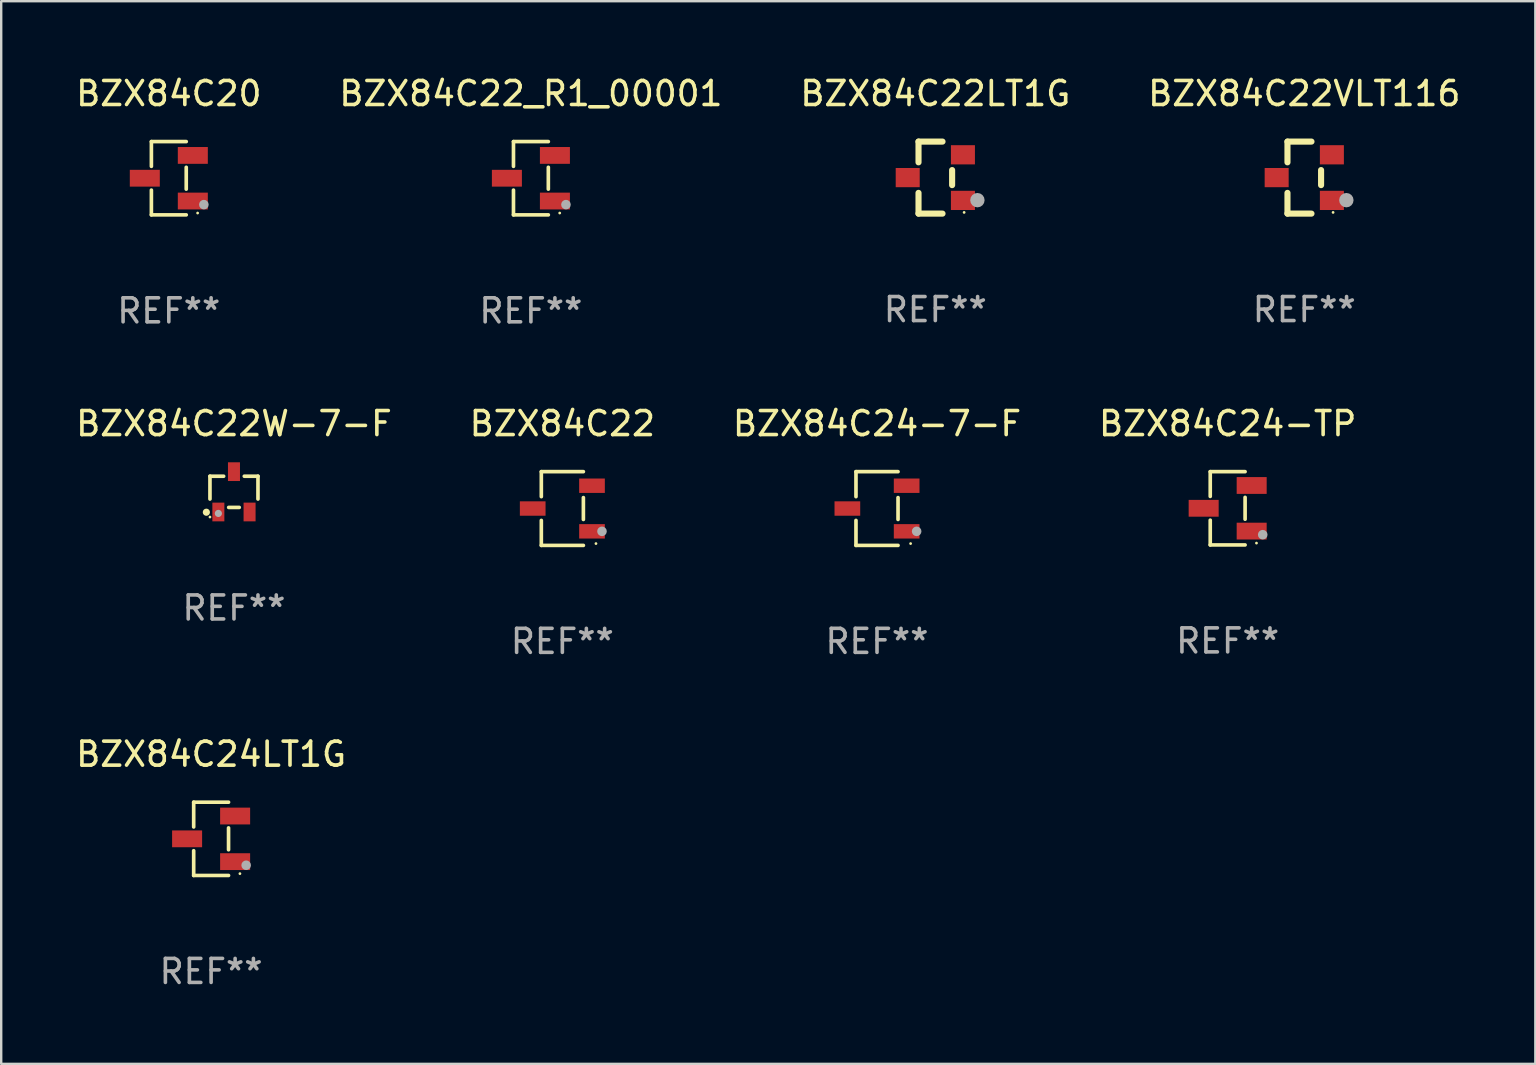
<source format=kicad_pcb>
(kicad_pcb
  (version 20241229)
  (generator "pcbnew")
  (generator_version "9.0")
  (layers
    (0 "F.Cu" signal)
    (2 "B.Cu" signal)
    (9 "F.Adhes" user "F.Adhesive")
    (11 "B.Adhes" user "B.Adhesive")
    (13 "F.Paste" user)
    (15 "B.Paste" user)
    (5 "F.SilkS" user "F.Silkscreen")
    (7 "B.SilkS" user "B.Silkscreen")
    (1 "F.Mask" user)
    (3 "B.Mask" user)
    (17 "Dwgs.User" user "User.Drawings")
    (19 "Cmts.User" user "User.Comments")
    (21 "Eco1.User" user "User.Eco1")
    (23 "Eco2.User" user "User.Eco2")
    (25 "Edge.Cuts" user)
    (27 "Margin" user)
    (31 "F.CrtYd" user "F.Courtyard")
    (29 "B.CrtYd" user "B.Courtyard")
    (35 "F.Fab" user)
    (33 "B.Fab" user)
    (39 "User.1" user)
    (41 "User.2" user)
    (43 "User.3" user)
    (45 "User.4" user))
  (footprint "BZX84C24-TP"
    (layer "F.Cu")
    (at 48.089 18.123)
    (property "Reference" "BZX84C24-TP" (at 0 -3.526 0) (layer "F.SilkS") (effects (font (size 1 1) (thickness 0.15))))
    (attr through_hole)
    (fp_line (start -0.726 -1.526) (end -0.726 -0.495) (stroke (width 0.152) (type solid)) (layer "F.SilkS"))
    (fp_line (start -0.726 1.526) (end -0.726 0.495) (stroke (width 0.152) (type solid)) (layer "F.SilkS"))
    (fp_line (start 0.726 -1.526) (end -0.726 -1.526) (stroke (width 0.152) (type solid)) (layer "F.SilkS"))
    (fp_line (start 0.726 -0.455) (end 0.726 0.455) (stroke (width 0.152) (type solid)) (layer "F.SilkS"))
    (fp_line (start 0.726 1.526) (end -0.726 1.526) (stroke (width 0.152) (type solid)) (layer "F.SilkS"))
    (fp_circle (center 1.2 1.45) (end 1.23 1.45) (stroke (width 0.06) (type solid)) (fill no) (layer "F.SilkS"))
    (fp_circle (center 1.46 1.1) (end 1.56 1.1) (stroke (width 0.2) (type solid)) (fill no) (layer "F.Fab"))
    (fp_text user "REF**" (at 0 5.526 0) (layer "F.Fab") (effects (font (size 1 1) (thickness 0.15))))
    (pad "1" smd rect (at 1 0.95) (size 1.25 0.7) (layers "F.Cu" "F.Mask" "F.Paste"))
    (pad "2" smd rect (at 1 -0.95) (size 1.25 0.7) (layers "F.Cu" "F.Mask" "F.Paste"))
    (pad "3" smd rect (at -1 0) (size 1.25 0.7) (layers "F.Cu" "F.Mask" "F.Paste")))
  (footprint "BZX84C22"
    (layer "F.Cu")
    (at 20.375 18.133)
    (property "Reference" "BZX84C22" (at 0 -3.536 0) (layer "F.SilkS") (effects (font (size 1 1) (thickness 0.15))))
    (attr through_hole)
    (fp_line (start -0.876 -1.536) (end -0.876 -0.495) (stroke (width 0.152) (type solid)) (layer "F.SilkS"))
    (fp_line (start -0.876 1.536) (end -0.876 0.495) (stroke (width 0.152) (type solid)) (layer "F.SilkS"))
    (fp_line (start 0.876 -1.536) (end -0.876 -1.536) (stroke (width 0.152) (type solid)) (layer "F.SilkS"))
    (fp_line (start 0.876 -0.455) (end 0.876 0.455) (stroke (width 0.152) (type solid)) (layer "F.SilkS"))
    (fp_line (start 0.876 1.536) (end -0.876 1.536) (stroke (width 0.152) (type solid)) (layer "F.SilkS"))
    (fp_circle (center 1.4 1.46) (end 1.43 1.46) (stroke (width 0.06) (type solid)) (fill no) (layer "F.SilkS"))
    (fp_circle (center 1.651 0.95) (end 1.751 0.95) (stroke (width 0.2) (type solid)) (fill no) (layer "F.Fab"))
    (fp_text user "REF**" (at 0 5.536 0) (layer "F.Fab") (effects (font (size 1 1) (thickness 0.15))))
    (pad "1" smd rect (at 1.235 0.95) (size 1.07 0.6) (layers "F.Cu" "F.Mask" "F.Paste"))
    (pad "2" smd rect (at 1.235 -0.95) (size 1.07 0.6) (layers "F.Cu" "F.Mask" "F.Paste"))
    (pad "3" smd rect (at -1.235 0) (size 1.07 0.6) (layers "F.Cu" "F.Mask" "F.Paste")))
  (footprint "BZX84C22LT1G"
    (layer "F.Cu")
    (at 35.911 4.348)
    (property "Reference" "BZX84C22LT1G" (at 0 -3.5 0) (layer "F.SilkS") (effects (font (size 1 1) (thickness 0.15))))
    (attr through_hole)
    (fp_line (start -0.7 -1.5) (end 0.3 -1.5) (stroke (width 0.254) (type solid)) (layer "F.SilkS"))
    (fp_line (start -0.7 -0.636) (end -0.7 -1.5) (stroke (width 0.254) (type solid)) (layer "F.SilkS"))
    (fp_line (start -0.7 1.5) (end -0.7 0.636) (stroke (width 0.254) (type solid)) (layer "F.SilkS"))
    (fp_line (start -0.7 1.5) (end 0.3 1.5) (stroke (width 0.254) (type solid)) (layer "F.SilkS"))
    (fp_line (start 0.7 0.314) (end 0.7 -0.314) (stroke (width 0.254) (type solid)) (layer "F.SilkS"))
    (fp_circle (center 1.2 1.45) (end 1.23 1.45) (stroke (width 0.06) (type solid)) (fill no) (layer "F.SilkS"))
    (fp_circle (center 1.753 0.94) (end 1.903 0.94) (stroke (width 0.3) (type solid)) (fill no) (layer "F.Fab"))
    (fp_text user "REF**" (at 0 5.5 0) (layer "F.Fab") (effects (font (size 1 1) (thickness 0.15))))
    (pad "1" smd rect (at 1.15 0.95 180) (size 1 0.8) (layers "F.Cu" "F.Mask" "F.Paste"))
    (pad "2" smd rect (at 1.15 -0.95 180) (size 1 0.8) (layers "F.Cu" "F.Mask" "F.Paste"))
    (pad "3" smd rect (at -1.15 -0.000051 180) (size 1 0.8) (layers "F.Cu" "F.Mask" "F.Paste")))
  (footprint "BZX84C22VLT116"
    (layer "F.Cu")
    (at 51.28 4.348)
    (property "Reference" "BZX84C22VLT116" (at 0 -3.5 0) (layer "F.SilkS") (effects (font (size 1 1) (thickness 0.15))))
    (attr through_hole)
    (fp_line (start -0.7 -1.5) (end 0.3 -1.5) (stroke (width 0.254) (type solid)) (layer "F.SilkS"))
    (fp_line (start -0.7 -0.636) (end -0.7 -1.5) (stroke (width 0.254) (type solid)) (layer "F.SilkS"))
    (fp_line (start -0.7 1.5) (end -0.7 0.636) (stroke (width 0.254) (type solid)) (layer "F.SilkS"))
    (fp_line (start -0.7 1.5) (end 0.3 1.5) (stroke (width 0.254) (type solid)) (layer "F.SilkS"))
    (fp_line (start 0.7 0.314) (end 0.7 -0.314) (stroke (width 0.254) (type solid)) (layer "F.SilkS"))
    (fp_circle (center 1.2 1.45) (end 1.23 1.45) (stroke (width 0.06) (type solid)) (fill no) (layer "F.SilkS"))
    (fp_circle (center 1.753 0.94) (end 1.903 0.94) (stroke (width 0.3) (type solid)) (fill no) (layer "F.Fab"))
    (fp_text user "REF**" (at 0 5.5 0) (layer "F.Fab") (effects (font (size 1 1) (thickness 0.15))))
    (pad "1" smd rect (at 1.15 0.95 180) (size 1 0.8) (layers "F.Cu" "F.Mask" "F.Paste"))
    (pad "2" smd rect (at 1.15 -0.95 180) (size 1 0.8) (layers "F.Cu" "F.Mask" "F.Paste"))
    (pad "3" smd rect (at -1.15 -0.000051 180) (size 1 0.8) (layers "F.Cu" "F.Mask" "F.Paste")))
  (footprint "BZX84C22W-7-F"
    (layer "F.Cu")
    (at 6.696 17.437)
    (property "Reference" "BZX84C22W-7-F" (at 0 -2.84 0) (layer "F.SilkS") (effects (font (size 1 1) (thickness 0.15))))
    (attr through_hole)
    (fp_line (start -1 -0.65) (end -1 0.3) (stroke (width 0.152) (type solid)) (layer "F.SilkS"))
    (fp_line (start -0.43 -0.65) (end -1 -0.65) (stroke (width 0.152) (type solid)) (layer "F.SilkS"))
    (fp_line (start 0.22 0.65) (end -0.22 0.65) (stroke (width 0.152) (type solid)) (layer "F.SilkS"))
    (fp_line (start 1 -0.65) (end 0.43 -0.65) (stroke (width 0.152) (type solid)) (layer "F.SilkS"))
    (fp_line (start 1 -0.65) (end 1 0.3) (stroke (width 0.152) (type solid)) (layer "F.SilkS"))
    (fp_circle (center -1.15 0.85) (end -1.075 0.85) (stroke (width 0.15) (type solid)) (fill no) (layer "F.SilkS"))
    (fp_circle (center -1 1.05) (end -0.97 1.05) (stroke (width 0.06) (type solid)) (fill no) (layer "F.SilkS"))
    (fp_circle (center -0.65 0.9) (end -0.575 0.9) (stroke (width 0.15) (type solid)) (fill no) (layer "F.Fab"))
    (fp_text user "REF**" (at 0 4.84 0) (layer "F.Fab") (effects (font (size 1 1) (thickness 0.15))))
    (pad "1" smd rect (at -0.65 0.84) (size 0.5 0.78) (layers "F.Cu" "F.Mask" "F.Paste"))
    (pad "2" smd rect (at 0.65 0.84) (size 0.5 0.78) (layers "F.Cu" "F.Mask" "F.Paste"))
    (pad "3" smd rect (at 0 -0.84) (size 0.5 0.78) (layers "F.Cu" "F.Mask" "F.Paste")))
  (footprint "BZX84C22_R1_00001"
    (layer "F.Cu")
    (at 19.065 4.374)
    (property "Reference" "BZX84C22_R1_00001" (at 0 -3.526 0) (layer "F.SilkS") (effects (font (size 1 1) (thickness 0.15))))
    (attr through_hole)
    (fp_line (start -0.726 -1.526) (end -0.726 -0.495) (stroke (width 0.152) (type solid)) (layer "F.SilkS"))
    (fp_line (start -0.726 1.526) (end -0.726 0.495) (stroke (width 0.152) (type solid)) (layer "F.SilkS"))
    (fp_line (start 0.726 -1.526) (end -0.726 -1.526) (stroke (width 0.152) (type solid)) (layer "F.SilkS"))
    (fp_line (start 0.726 -0.455) (end 0.726 0.455) (stroke (width 0.152) (type solid)) (layer "F.SilkS"))
    (fp_line (start 0.726 1.526) (end -0.726 1.526) (stroke (width 0.152) (type solid)) (layer "F.SilkS"))
    (fp_circle (center 1.2 1.45) (end 1.23 1.45) (stroke (width 0.06) (type solid)) (fill no) (layer "F.SilkS"))
    (fp_circle (center 1.46 1.1) (end 1.56 1.1) (stroke (width 0.2) (type solid)) (fill no) (layer "F.Fab"))
    (fp_text user "REF**" (at 0 5.526 0) (layer "F.Fab") (effects (font (size 1 1) (thickness 0.15))))
    (pad "1" smd rect (at 1 0.95) (size 1.25 0.7) (layers "F.Cu" "F.Mask" "F.Paste"))
    (pad "2" smd rect (at 1 -0.95) (size 1.25 0.7) (layers "F.Cu" "F.Mask" "F.Paste"))
    (pad "3" smd rect (at -1 0) (size 1.25 0.7) (layers "F.Cu" "F.Mask" "F.Paste")))
  (footprint "BZX84C24-7-F"
    (layer "F.Cu")
    (at 33.482 18.133)
    (property "Reference" "BZX84C24-7-F" (at 0 -3.536 0) (layer "F.SilkS") (effects (font (size 1 1) (thickness 0.15))))
    (attr through_hole)
    (fp_line (start -0.876 -1.536) (end -0.876 -0.495) (stroke (width 0.152) (type solid)) (layer "F.SilkS"))
    (fp_line (start -0.876 1.536) (end -0.876 0.495) (stroke (width 0.152) (type solid)) (layer "F.SilkS"))
    (fp_line (start 0.876 -1.536) (end -0.876 -1.536) (stroke (width 0.152) (type solid)) (layer "F.SilkS"))
    (fp_line (start 0.876 -0.455) (end 0.876 0.455) (stroke (width 0.152) (type solid)) (layer "F.SilkS"))
    (fp_line (start 0.876 1.536) (end -0.876 1.536) (stroke (width 0.152) (type solid)) (layer "F.SilkS"))
    (fp_circle (center 1.4 1.46) (end 1.43 1.46) (stroke (width 0.06) (type solid)) (fill no) (layer "F.SilkS"))
    (fp_circle (center 1.651 0.95) (end 1.751 0.95) (stroke (width 0.2) (type solid)) (fill no) (layer "F.Fab"))
    (fp_text user "REF**" (at 0 5.536 0) (layer "F.Fab") (effects (font (size 1 1) (thickness 0.15))))
    (pad "1" smd rect (at 1.235 0.95) (size 1.07 0.6) (layers "F.Cu" "F.Mask" "F.Paste"))
    (pad "2" smd rect (at 1.235 -0.95) (size 1.07 0.6) (layers "F.Cu" "F.Mask" "F.Paste"))
    (pad "3" smd rect (at -1.235 0) (size 1.07 0.6) (layers "F.Cu" "F.Mask" "F.Paste")))
  (footprint "BZX84C24LT1G"
    (layer "F.Cu")
    (at 5.744 31.892)
    (property "Reference" "BZX84C24LT1G" (at 0 -3.526 0) (layer "F.SilkS") (effects (font (size 1 1) (thickness 0.15))))
    (attr through_hole)
    (fp_line (start -0.726 -1.526) (end -0.726 -0.495) (stroke (width 0.152) (type solid)) (layer "F.SilkS"))
    (fp_line (start -0.726 1.526) (end -0.726 0.495) (stroke (width 0.152) (type solid)) (layer "F.SilkS"))
    (fp_line (start 0.726 -1.526) (end -0.726 -1.526) (stroke (width 0.152) (type solid)) (layer "F.SilkS"))
    (fp_line (start 0.726 -0.455) (end 0.726 0.455) (stroke (width 0.152) (type solid)) (layer "F.SilkS"))
    (fp_line (start 0.726 1.526) (end -0.726 1.526) (stroke (width 0.152) (type solid)) (layer "F.SilkS"))
    (fp_circle (center 1.2 1.45) (end 1.23 1.45) (stroke (width 0.06) (type solid)) (fill no) (layer "F.SilkS"))
    (fp_circle (center 1.46 1.1) (end 1.56 1.1) (stroke (width 0.2) (type solid)) (fill no) (layer "F.Fab"))
    (fp_text user "REF**" (at 0 5.526 0) (layer "F.Fab") (effects (font (size 1 1) (thickness 0.15))))
    (pad "1" smd rect (at 1 0.95) (size 1.25 0.7) (layers "F.Cu" "F.Mask" "F.Paste"))
    (pad "2" smd rect (at 1 -0.95) (size 1.25 0.7) (layers "F.Cu" "F.Mask" "F.Paste"))
    (pad "3" smd rect (at -1 0) (size 1.25 0.7) (layers "F.Cu" "F.Mask" "F.Paste")))
  (footprint "BZX84C20"
    (layer "F.Cu")
    (at 3.982 4.374)
    (property "Reference" "BZX84C20" (at 0 -3.526 0) (layer "F.SilkS") (effects (font (size 1 1) (thickness 0.15))))
    (attr through_hole)
    (fp_line (start -0.726 -1.526) (end -0.726 -0.495) (stroke (width 0.152) (type solid)) (layer "F.SilkS"))
    (fp_line (start -0.726 1.526) (end -0.726 0.495) (stroke (width 0.152) (type solid)) (layer "F.SilkS"))
    (fp_line (start 0.726 -1.526) (end -0.726 -1.526) (stroke (width 0.152) (type solid)) (layer "F.SilkS"))
    (fp_line (start 0.726 -0.455) (end 0.726 0.455) (stroke (width 0.152) (type solid)) (layer "F.SilkS"))
    (fp_line (start 0.726 1.526) (end -0.726 1.526) (stroke (width 0.152) (type solid)) (layer "F.SilkS"))
    (fp_circle (center 1.2 1.45) (end 1.23 1.45) (stroke (width 0.06) (type solid)) (fill no) (layer "F.SilkS"))
    (fp_circle (center 1.46 1.1) (end 1.56 1.1) (stroke (width 0.2) (type solid)) (fill no) (layer "F.Fab"))
    (fp_text user "REF**" (at 0 5.526 0) (layer "F.Fab") (effects (font (size 1 1) (thickness 0.15))))
    (pad "1" smd rect (at 1 0.95) (size 1.25 0.7) (layers "F.Cu" "F.Mask" "F.Paste"))
    (pad "2" smd rect (at 1 -0.95) (size 1.25 0.7) (layers "F.Cu" "F.Mask" "F.Paste"))
    (pad "3" smd rect (at -1 0) (size 1.25 0.7) (layers "F.Cu" "F.Mask" "F.Paste")))
  (gr_rect
    (start -3 -3)
    (end 60.905 41.267)
    (stroke (width 0.1) (type default))
    (fill no)
    (layer "Edge.Cuts")))
</source>
